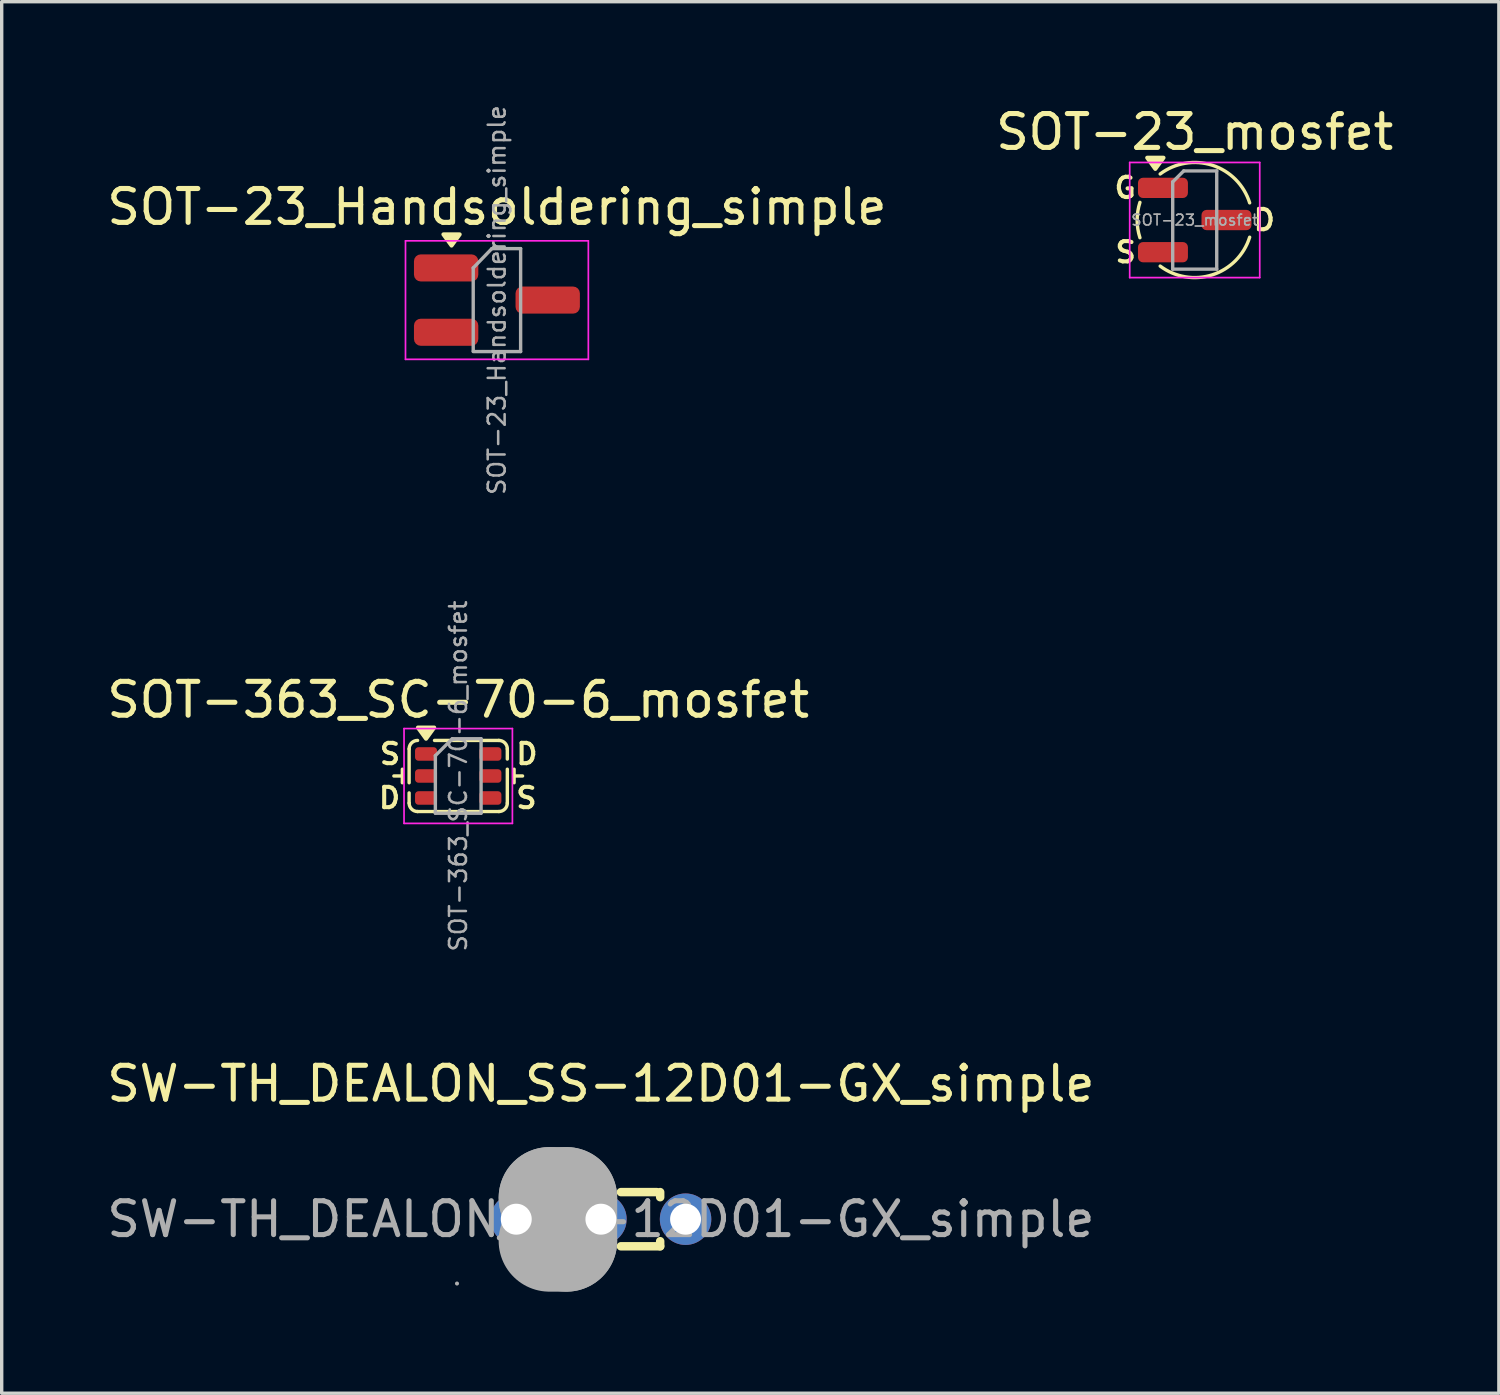
<source format=kicad_pcb>
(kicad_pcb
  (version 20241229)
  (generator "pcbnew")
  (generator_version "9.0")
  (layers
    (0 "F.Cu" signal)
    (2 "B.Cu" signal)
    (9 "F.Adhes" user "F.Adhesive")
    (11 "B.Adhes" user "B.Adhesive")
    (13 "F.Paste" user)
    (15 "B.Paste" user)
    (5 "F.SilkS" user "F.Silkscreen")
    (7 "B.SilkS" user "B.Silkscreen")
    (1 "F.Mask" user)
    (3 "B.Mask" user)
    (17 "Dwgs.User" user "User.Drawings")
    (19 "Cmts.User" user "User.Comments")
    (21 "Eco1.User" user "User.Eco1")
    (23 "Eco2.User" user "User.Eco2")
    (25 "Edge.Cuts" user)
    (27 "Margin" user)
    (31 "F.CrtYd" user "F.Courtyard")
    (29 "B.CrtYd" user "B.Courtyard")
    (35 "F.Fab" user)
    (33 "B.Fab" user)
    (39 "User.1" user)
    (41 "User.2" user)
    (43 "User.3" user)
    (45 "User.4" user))
  (footprint "SW-TH_DEALON_SS-12D01-GX_simple"
    (layer "F.Cu")
    (at 14.696 32.955)
    (property "Reference" "SW-TH_DEALON_SS-12D01-GX_simple" (at 0 -4 0) (layer "F.SilkS") (effects (font (size 1 1) (thickness 0.15))))
    (attr through_hole)
    (fp_line (start -1.75 -0.8) (end -1.75 -0.65) (stroke (width 0.25) (type solid)) (layer "F.SilkS"))
    (fp_line (start -1.75 -0.8) (end -0.58 -0.8) (stroke (width 0.25) (type solid)) (layer "F.SilkS"))
    (fp_line (start -1.75 0.8) (end -1.75 0.65) (stroke (width 0.25) (type solid)) (layer "F.SilkS"))
    (fp_line (start -1.75 0.8) (end -0.58 0.8) (stroke (width 0.25) (type solid)) (layer "F.SilkS"))
    (fp_line (start 0.59 -0.8) (end 1.65 -0.8) (stroke (width 0.25) (type solid)) (layer "F.SilkS"))
    (fp_line (start 0.59 0.8) (end 1.75 0.8) (stroke (width 0.25) (type solid)) (layer "F.SilkS"))
    (fp_line (start 1.75 -0.8) (end 1.75 -0.65) (stroke (width 0.25) (type solid)) (layer "F.SilkS"))
    (fp_line (start 1.75 0.65) (end 1.75 0.8) (stroke (width 0.25) (type solid)) (layer "F.SilkS"))
    (fp_line (start -1.52 -0.63) (end -1.52 -0.63) (stroke (width 3) (type solid)) (layer "F.Fab"))
    (fp_line (start -1.52 -0.63) (end -1.02 -0.63) (stroke (width 3) (type solid)) (layer "F.Fab"))
    (fp_line (start -1.02 -0.63) (end -1.02 0.64) (stroke (width 3) (type solid)) (layer "F.Fab"))
    (fp_line (start -1.02 0.64) (end -1.52 0.64) (stroke (width 3) (type solid)) (layer "F.Fab"))
    (fp_circle (center -4.25 1.9) (end -4.22 1.9) (stroke (width 0.06) (type solid)) (fill no) (layer "F.Fab"))
    (fp_text user "${REFERENCE}" (at 0 0 0) (layer "F.Fab") (effects (font (size 1 1) (thickness 0.15))))
    (pad "1" thru_hole circle (at -2.5 0) (size 1.52 1.52) (drill 0.914) (layers "*.Cu" "*.Mask"))
    (pad "2" thru_hole circle (at 0 0) (size 1.52 1.52) (drill 0.914) (layers "*.Cu" "*.Mask"))
    (pad "3" thru_hole circle (at 2.5 0) (size 1.52 1.52) (drill 0.914) (layers "*.Cu" "*.Mask")))
  (footprint "SOT-23_Handsoldering_simple"
    (layer "F.Cu")
    (at 11.625 5.812)
    (property "Reference" "SOT-23_Handsoldering_simple" (at 0 -2.75 0) (layer "F.SilkS") (effects (font (size 1 1) (thickness 0.15))))
    (attr smd)
    (fp_poly (pts (xy -1.34 -1.61) (xy -1.58 -1.94) (xy -1.1 -1.94) (xy -1.34 -1.61)) (stroke (width 0.12) (type solid)) (fill yes) (layer "F.SilkS"))
    (fp_line (start -2.7 -1.75) (end 2.7 -1.75) (stroke (width 0.05) (type solid)) (layer "F.CrtYd"))
    (fp_line (start -2.7 1.75) (end -2.7 -1.75) (stroke (width 0.05) (type solid)) (layer "F.CrtYd"))
    (fp_line (start 2.7 -1.75) (end 2.7 1.75) (stroke (width 0.05) (type solid)) (layer "F.CrtYd"))
    (fp_line (start 2.7 1.75) (end -2.7 1.75) (stroke (width 0.05) (type solid)) (layer "F.CrtYd"))
    (fp_line (start -0.7 -0.95) (end -0.7 1.5) (stroke (width 0.1) (type solid)) (layer "F.Fab"))
    (fp_line (start -0.7 -0.95) (end -0.15 -1.52) (stroke (width 0.1) (type solid)) (layer "F.Fab"))
    (fp_line (start -0.7 1.52) (end 0.7 1.52) (stroke (width 0.1) (type solid)) (layer "F.Fab"))
    (fp_line (start -0.15 -1.52) (end 0.7 -1.52) (stroke (width 0.1) (type solid)) (layer "F.Fab"))
    (fp_line (start 0.7 -1.52) (end 0.7 1.52) (stroke (width 0.1) (type solid)) (layer "F.Fab"))
    (fp_text user "${REFERENCE}" (at 0 0 90) (layer "F.Fab") (effects (font (size 0.5 0.5) (thickness 0.075))))
    (pad "1" smd roundrect (at -1.5 -0.95) (size 1.9 0.8) (layers "F.Cu" "F.Mask" "F.Paste") (roundrect_rratio 0.25))
    (pad "2" smd roundrect (at -1.5 0.95) (size 1.9 0.8) (layers "F.Cu" "F.Mask" "F.Paste") (roundrect_rratio 0.25))
    (pad "3" smd roundrect (at 1.5 0) (size 1.9 0.8) (layers "F.Cu" "F.Mask" "F.Paste") (roundrect_rratio 0.25)))
  (footprint "SOT-23_mosfet"
    (layer "F.Cu")
    (at 32.232 3.448)
    (property "Reference" "SOT-23_mosfet" (at 0 -2.6 0) (layer "F.SilkS") (effects (font (size 1 1) (thickness 0.15))))
    (attr smd)
    (fp_arc (start -1.617904 0.521907) (mid -1.7 0.000001) (end -1.617905 -0.521905) (stroke (width 0.1) (type default)) (layer "F.SilkS"))
    (fp_arc (start -1.02 -1.36) (mid 0.522169 -1.617819) (end 1.622616 -0.507067) (stroke (width 0.1) (type default)) (layer "F.SilkS"))
    (fp_arc (start 1.622616 0.507067) (mid 0.522169 1.617819) (end -1.02 1.36) (stroke (width 0.1) (type default)) (layer "F.SilkS"))
    (fp_poly (pts (xy -1.163 -1.51) (xy -1.403 -1.84) (xy -0.922 -1.84) (xy -1.163 -1.51)) (stroke (width 0.12) (type solid)) (fill yes) (layer "F.SilkS"))
    (fp_line (start -1.92 -1.7) (end -1.92 1.7) (stroke (width 0.05) (type solid)) (layer "F.CrtYd"))
    (fp_line (start -1.92 1.7) (end 1.92 1.7) (stroke (width 0.05) (type solid)) (layer "F.CrtYd"))
    (fp_line (start 1.92 -1.7) (end -1.92 -1.7) (stroke (width 0.05) (type solid)) (layer "F.CrtYd"))
    (fp_line (start 1.92 1.7) (end 1.92 -1.7) (stroke (width 0.05) (type solid)) (layer "F.CrtYd"))
    (fp_line (start -0.65 -1.125) (end -0.325 -1.45) (stroke (width 0.1) (type solid)) (layer "F.Fab"))
    (fp_line (start -0.65 1.45) (end -0.65 -1.125) (stroke (width 0.1) (type solid)) (layer "F.Fab"))
    (fp_line (start -0.325 -1.45) (end 0.65 -1.45) (stroke (width 0.1) (type solid)) (layer "F.Fab"))
    (fp_line (start 0.65 -1.45) (end 0.65 1.45) (stroke (width 0.1) (type solid)) (layer "F.Fab"))
    (fp_line (start 0.65 1.45) (end -0.65 1.45) (stroke (width 0.1) (type solid)) (layer "F.Fab"))
    (fp_text user "G" (at -1.675 -0.95 0) (layer "F.SilkS") (effects (font (size 0.6 0.6) (thickness 0.12)) (justify right)))
    (fp_text user "D" (at 1.675 0 0) (layer "F.SilkS") (effects (font (size 0.6 0.6) (thickness 0.12)) (justify left)))
    (fp_text user "S" (at -1.675 0.95 0) (layer "F.SilkS") (effects (font (size 0.6 0.6) (thickness 0.12)) (justify right)))
    (fp_text user "${REFERENCE}" (at 0 0 0) (layer "F.Fab") (effects (font (size 0.32 0.32) (thickness 0.05))))
    (pad "1" smd roundrect (at -0.938 -0.95) (size 1.475 0.6) (layers "F.Cu" "F.Mask" "F.Paste") (roundrect_rratio 0.25))
    (pad "2" smd roundrect (at -0.938 0.95) (size 1.475 0.6) (layers "F.Cu" "F.Mask" "F.Paste") (roundrect_rratio 0.25))
    (pad "3" smd roundrect (at 0.938 0) (size 1.475 0.6) (layers "F.Cu" "F.Mask" "F.Paste") (roundrect_rratio 0.25)))
  (footprint "SOT-363_SC-70-6_mosfet"
    (layer "F.Cu")
    (at 10.482 19.866)
    (property "Reference" "SOT-363_SC-70-6_mosfet" (at 0 -2.25 0) (layer "F.SilkS") (effects (font (size 1 1) (thickness 0.15))))
    (attr smd)
    (fp_line (start -1.65 0) (end -1.9 0) (stroke (width 0.1) (type default)) (layer "F.SilkS"))
    (fp_line (start -1.65 0.2) (end -1.65 -0.2) (stroke (width 0.1) (type default)) (layer "F.SilkS"))
    (fp_line (start -1.45 0.2) (end -1.45 -0.8) (stroke (width 0.1) (type default)) (layer "F.SilkS"))
    (fp_line (start -1.45 0.8) (end -1.45 0.5) (stroke (width 0.1) (type default)) (layer "F.SilkS"))
    (fp_line (start 1.2 -1.05) (end -0.7 -1.05) (stroke (width 0.1) (type default)) (layer "F.SilkS"))
    (fp_line (start 1.2 1.05) (end -1.2 1.05) (stroke (width 0.1) (type default)) (layer "F.SilkS"))
    (fp_line (start 1.45 -0.8) (end 1.45 -0.5) (stroke (width 0.1) (type default)) (layer "F.SilkS"))
    (fp_line (start 1.45 -0.2) (end 1.45 0.8) (stroke (width 0.1) (type default)) (layer "F.SilkS"))
    (fp_line (start 1.65 -0.2) (end 1.65 0.2) (stroke (width 0.1) (type default)) (layer "F.SilkS"))
    (fp_line (start 1.65 0) (end 1.9 0) (stroke (width 0.1) (type default)) (layer "F.SilkS"))
    (fp_arc (start -1.45 -0.8) (mid -1.376777 -0.976777) (end -1.2 -1.05) (stroke (width 0.1) (type default)) (layer "F.SilkS"))
    (fp_arc (start -1.2 1.05) (mid -1.376777 0.976777) (end -1.45 0.8) (stroke (width 0.1) (type default)) (layer "F.SilkS"))
    (fp_arc (start 1.2 -1.05) (mid 1.376777 -0.976777) (end 1.45 -0.8) (stroke (width 0.1) (type default)) (layer "F.SilkS"))
    (fp_arc (start 1.45 0.8) (mid 1.376777 0.976777) (end 1.2 1.05) (stroke (width 0.1) (type default)) (layer "F.SilkS"))
    (fp_poly (pts (xy -0.95 -1.1) (xy -1.19 -1.43) (xy -0.71 -1.43) (xy -0.95 -1.1)) (stroke (width 0.12) (type solid)) (fill yes) (layer "F.SilkS"))
    (fp_line (start -1.6 -1.4) (end -1.6 1.4) (stroke (width 0.05) (type solid)) (layer "F.CrtYd"))
    (fp_line (start -1.6 -1.4) (end 1.6 -1.4) (stroke (width 0.05) (type solid)) (layer "F.CrtYd"))
    (fp_line (start -1.6 1.4) (end 1.6 1.4) (stroke (width 0.05) (type solid)) (layer "F.CrtYd"))
    (fp_line (start 1.6 1.4) (end 1.6 -1.4) (stroke (width 0.05) (type solid)) (layer "F.CrtYd"))
    (fp_line (start -0.675 -0.6) (end -0.675 1.1) (stroke (width 0.1) (type solid)) (layer "F.Fab"))
    (fp_line (start -0.175 -1.1) (end -0.675 -0.6) (stroke (width 0.1) (type solid)) (layer "F.Fab"))
    (fp_line (start 0.675 -1.1) (end -0.175 -1.1) (stroke (width 0.1) (type solid)) (layer "F.Fab"))
    (fp_line (start 0.675 -1.1) (end 0.675 1.1) (stroke (width 0.1) (type solid)) (layer "F.Fab"))
    (fp_line (start 0.675 1.1) (end -0.675 1.1) (stroke (width 0.1) (type solid)) (layer "F.Fab"))
    (fp_text user "D" (at -1.65 0.65 0) (layer "F.SilkS") (effects (font (size 0.6 0.6) (thickness 0.12) (bold yes)) (justify right)))
    (fp_text user "S" (at -1.65 -0.65 0) (layer "F.SilkS") (effects (font (size 0.6 0.6) (thickness 0.12) (bold yes)) (justify right)))
    (fp_text user "D" (at 1.65 -0.65 0) (layer "F.SilkS") (effects (font (size 0.6 0.6) (thickness 0.12) (bold yes)) (justify left)))
    (fp_text user "S" (at 1.65 0.65 0) (layer "F.SilkS") (effects (font (size 0.6 0.6) (thickness 0.12) (bold yes)) (justify left)))
    (fp_text user "${REFERENCE}" (at 0 0 90) (layer "F.Fab") (effects (font (size 0.5 0.5) (thickness 0.075))))
    (pad "1" smd roundrect (at -0.95 -0.65) (size 0.65 0.4) (layers "F.Cu" "F.Mask" "F.Paste") (roundrect_rratio 0.25))
    (pad "2" smd roundrect (at -0.95 0) (size 0.65 0.4) (layers "F.Cu" "F.Mask" "F.Paste") (roundrect_rratio 0.25))
    (pad "3" smd roundrect (at -0.95 0.65) (size 0.65 0.4) (layers "F.Cu" "F.Mask" "F.Paste") (roundrect_rratio 0.25))
    (pad "4" smd roundrect (at 0.95 0.65) (size 0.65 0.4) (layers "F.Cu" "F.Mask" "F.Paste") (roundrect_rratio 0.25))
    (pad "5" smd roundrect (at 0.95 0) (size 0.65 0.4) (layers "F.Cu" "F.Mask" "F.Paste") (roundrect_rratio 0.25))
    (pad "6" smd roundrect (at 0.95 -0.65) (size 0.65 0.4) (layers "F.Cu" "F.Mask" "F.Paste") (roundrect_rratio 0.25)))
  (gr_rect
    (start -3 -3)
    (end 41.214 38.095)
    (stroke (width 0.1) (type default))
    (fill no)
    (layer "Edge.Cuts")))
</source>
